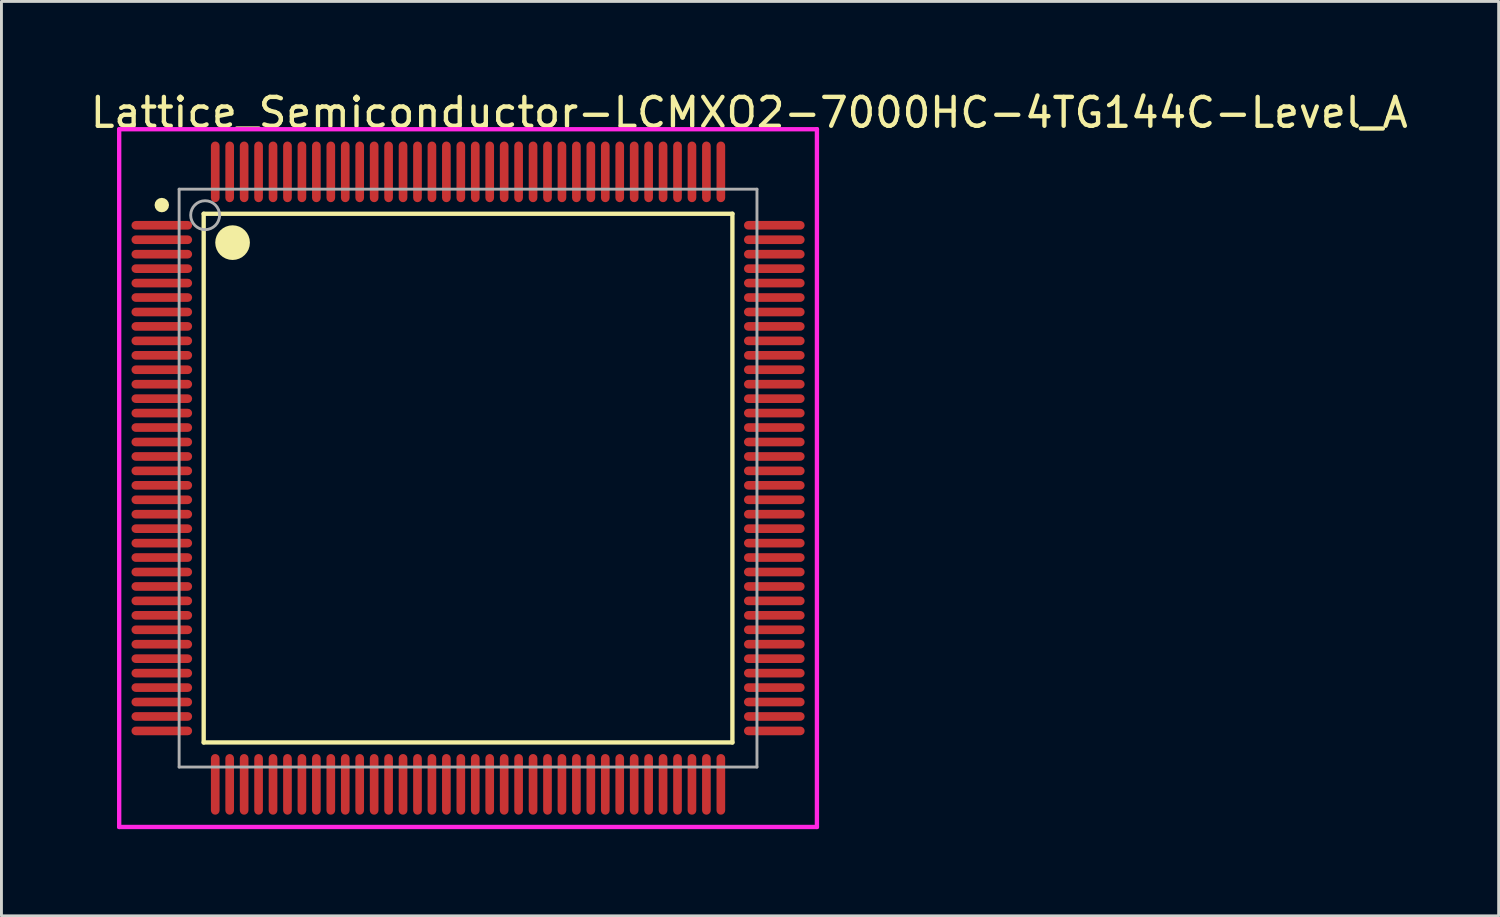
<source format=kicad_pcb>
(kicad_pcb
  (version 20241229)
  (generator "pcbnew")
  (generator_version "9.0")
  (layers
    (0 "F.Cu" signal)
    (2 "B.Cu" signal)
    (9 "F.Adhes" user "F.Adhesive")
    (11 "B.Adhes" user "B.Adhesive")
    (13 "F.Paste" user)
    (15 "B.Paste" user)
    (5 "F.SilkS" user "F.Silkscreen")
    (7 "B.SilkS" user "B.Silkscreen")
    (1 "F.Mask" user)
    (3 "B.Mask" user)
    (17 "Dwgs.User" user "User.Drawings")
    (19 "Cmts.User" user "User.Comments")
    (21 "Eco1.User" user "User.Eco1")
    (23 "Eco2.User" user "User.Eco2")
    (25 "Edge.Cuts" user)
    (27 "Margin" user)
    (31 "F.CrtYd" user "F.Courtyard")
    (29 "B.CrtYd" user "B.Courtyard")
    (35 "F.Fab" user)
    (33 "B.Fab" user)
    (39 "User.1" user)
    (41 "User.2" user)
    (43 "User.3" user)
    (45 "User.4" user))
  (footprint "Lattice_Semiconductor-LCMXO2-7000HC-4TG144C-Level_A"
    (layer "F.Cu")
    (at 13.15 13.498)
    (property "Reference" "Lattice_Semiconductor-LCMXO2-7000HC-4TG144C-Level_A" (at -13.15 -12.65 0) (layer "F.SilkS") (effects (font (size 1 1) (thickness 0.15)) (justify left)))
    (attr through_hole)
    (fp_line (start -9.15 -9.15) (end 9.15 -9.15) (stroke (width 0.15) (type solid)) (layer "F.SilkS"))
    (fp_line (start -9.15 9.15) (end -9.15 -9.15) (stroke (width 0.15) (type solid)) (layer "F.SilkS"))
    (fp_line (start -9.15 9.15) (end 9.15 9.15) (stroke (width 0.15) (type solid)) (layer "F.SilkS"))
    (fp_line (start 9.15 9.15) (end 9.15 -9.15) (stroke (width 0.15) (type solid)) (layer "F.SilkS"))
    (fp_circle (center -10.6 -9.45) (end -10.475 -9.45) (stroke (width 0.25) (type solid)) (fill no) (layer "F.SilkS"))
    (fp_circle (center -8.15 -8.15) (end -7.85 -8.15) (stroke (width 0.6) (type solid)) (fill no) (layer "F.SilkS"))
    (fp_line (start -12.075 -12.075) (end -12.075 12.075) (stroke (width 0.15) (type solid)) (layer "F.CrtYd"))
    (fp_line (start -12.075 12.075) (end 12.075 12.075) (stroke (width 0.15) (type solid)) (layer "F.CrtYd"))
    (fp_line (start 12.075 -12.075) (end -12.075 -12.075) (stroke (width 0.15) (type solid)) (layer "F.CrtYd"))
    (fp_line (start 12.075 -12.075) (end 12.075 -12.075) (stroke (width 0.15) (type solid)) (layer "F.CrtYd"))
    (fp_line (start 12.075 12.075) (end 12.075 -12.075) (stroke (width 0.15) (type solid)) (layer "F.CrtYd"))
    (fp_line (start -10 -10) (end 10 -10) (stroke (width 0.1) (type solid)) (layer "F.Fab"))
    (fp_line (start -10 10) (end -10 -10) (stroke (width 0.1) (type solid)) (layer "F.Fab"))
    (fp_line (start -10 10) (end 10 10) (stroke (width 0.1) (type solid)) (layer "F.Fab"))
    (fp_line (start 10 10) (end 10 -10) (stroke (width 0.1) (type solid)) (layer "F.Fab"))
    (fp_circle (center -9.1 -9.1) (end -8.6 -9.1) (stroke (width 0.1) (type solid)) (fill no) (layer "F.Fab"))
    (pad "1" smd roundrect (at -10.6 -8.75 270) (size 0.3 2.1) (layers "F.Cu" "F.Mask" "F.Paste") (roundrect_rratio 0.5))
    (pad "2" smd roundrect (at -10.6 -8.25 270) (size 0.3 2.1) (layers "F.Cu" "F.Mask" "F.Paste") (roundrect_rratio 0.5))
    (pad "3" smd roundrect (at -10.6 -7.75 270) (size 0.3 2.1) (layers "F.Cu" "F.Mask" "F.Paste") (roundrect_rratio 0.5))
    (pad "4" smd roundrect (at -10.6 -7.25 270) (size 0.3 2.1) (layers "F.Cu" "F.Mask" "F.Paste") (roundrect_rratio 0.5))
    (pad "5" smd roundrect (at -10.6 -6.75 270) (size 0.3 2.1) (layers "F.Cu" "F.Mask" "F.Paste") (roundrect_rratio 0.5))
    (pad "6" smd roundrect (at -10.6 -6.25 270) (size 0.3 2.1) (layers "F.Cu" "F.Mask" "F.Paste") (roundrect_rratio 0.5))
    (pad "7" smd roundrect (at -10.6 -5.75 270) (size 0.3 2.1) (layers "F.Cu" "F.Mask" "F.Paste") (roundrect_rratio 0.5))
    (pad "8" smd roundrect (at -10.6 -5.25 270) (size 0.3 2.1) (layers "F.Cu" "F.Mask" "F.Paste") (roundrect_rratio 0.5))
    (pad "9" smd roundrect (at -10.6 -4.75 270) (size 0.3 2.1) (layers "F.Cu" "F.Mask" "F.Paste") (roundrect_rratio 0.5))
    (pad "10" smd roundrect (at -10.6 -4.25 270) (size 0.3 2.1) (layers "F.Cu" "F.Mask" "F.Paste") (roundrect_rratio 0.5))
    (pad "11" smd roundrect (at -10.6 -3.75 270) (size 0.3 2.1) (layers "F.Cu" "F.Mask" "F.Paste") (roundrect_rratio 0.5))
    (pad "12" smd roundrect (at -10.6 -3.25 270) (size 0.3 2.1) (layers "F.Cu" "F.Mask" "F.Paste") (roundrect_rratio 0.5))
    (pad "13" smd roundrect (at -10.6 -2.75 270) (size 0.3 2.1) (layers "F.Cu" "F.Mask" "F.Paste") (roundrect_rratio 0.5))
    (pad "14" smd roundrect (at -10.6 -2.25 270) (size 0.3 2.1) (layers "F.Cu" "F.Mask" "F.Paste") (roundrect_rratio 0.5))
    (pad "15" smd roundrect (at -10.6 -1.75 270) (size 0.3 2.1) (layers "F.Cu" "F.Mask" "F.Paste") (roundrect_rratio 0.5))
    (pad "16" smd roundrect (at -10.6 -1.25 270) (size 0.3 2.1) (layers "F.Cu" "F.Mask" "F.Paste") (roundrect_rratio 0.5))
    (pad "17" smd roundrect (at -10.6 -0.75 270) (size 0.3 2.1) (layers "F.Cu" "F.Mask" "F.Paste") (roundrect_rratio 0.5))
    (pad "18" smd roundrect (at -10.6 -0.25 270) (size 0.3 2.1) (layers "F.Cu" "F.Mask" "F.Paste") (roundrect_rratio 0.5))
    (pad "19" smd roundrect (at -10.6 0.25 270) (size 0.3 2.1) (layers "F.Cu" "F.Mask" "F.Paste") (roundrect_rratio 0.5))
    (pad "20" smd roundrect (at -10.6 0.75 270) (size 0.3 2.1) (layers "F.Cu" "F.Mask" "F.Paste") (roundrect_rratio 0.5))
    (pad "21" smd roundrect (at -10.6 1.25 270) (size 0.3 2.1) (layers "F.Cu" "F.Mask" "F.Paste") (roundrect_rratio 0.5))
    (pad "22" smd roundrect (at -10.6 1.75 270) (size 0.3 2.1) (layers "F.Cu" "F.Mask" "F.Paste") (roundrect_rratio 0.5))
    (pad "23" smd roundrect (at -10.6 2.25 270) (size 0.3 2.1) (layers "F.Cu" "F.Mask" "F.Paste") (roundrect_rratio 0.5))
    (pad "24" smd roundrect (at -10.6 2.75 270) (size 0.3 2.1) (layers "F.Cu" "F.Mask" "F.Paste") (roundrect_rratio 0.5))
    (pad "25" smd roundrect (at -10.6 3.25 270) (size 0.3 2.1) (layers "F.Cu" "F.Mask" "F.Paste") (roundrect_rratio 0.5))
    (pad "26" smd roundrect (at -10.6 3.75 270) (size 0.3 2.1) (layers "F.Cu" "F.Mask" "F.Paste") (roundrect_rratio 0.5))
    (pad "27" smd roundrect (at -10.6 4.25 270) (size 0.3 2.1) (layers "F.Cu" "F.Mask" "F.Paste") (roundrect_rratio 0.5))
    (pad "28" smd roundrect (at -10.6 4.75 270) (size 0.3 2.1) (layers "F.Cu" "F.Mask" "F.Paste") (roundrect_rratio 0.5))
    (pad "29" smd roundrect (at -10.6 5.25 270) (size 0.3 2.1) (layers "F.Cu" "F.Mask" "F.Paste") (roundrect_rratio 0.5))
    (pad "30" smd roundrect (at -10.6 5.75 270) (size 0.3 2.1) (layers "F.Cu" "F.Mask" "F.Paste") (roundrect_rratio 0.5))
    (pad "31" smd roundrect (at -10.6 6.25 270) (size 0.3 2.1) (layers "F.Cu" "F.Mask" "F.Paste") (roundrect_rratio 0.5))
    (pad "32" smd roundrect (at -10.6 6.75 270) (size 0.3 2.1) (layers "F.Cu" "F.Mask" "F.Paste") (roundrect_rratio 0.5))
    (pad "33" smd roundrect (at -10.6 7.25 270) (size 0.3 2.1) (layers "F.Cu" "F.Mask" "F.Paste") (roundrect_rratio 0.5))
    (pad "34" smd roundrect (at -10.6 7.75 270) (size 0.3 2.1) (layers "F.Cu" "F.Mask" "F.Paste") (roundrect_rratio 0.5))
    (pad "35" smd roundrect (at -10.6 8.25 270) (size 0.3 2.1) (layers "F.Cu" "F.Mask" "F.Paste") (roundrect_rratio 0.5))
    (pad "36" smd roundrect (at -10.6 8.75 270) (size 0.3 2.1) (layers "F.Cu" "F.Mask" "F.Paste") (roundrect_rratio 0.5))
    (pad "37" smd roundrect (at -8.75 10.6) (size 0.3 2.1) (layers "F.Cu" "F.Mask" "F.Paste") (roundrect_rratio 0.5))
    (pad "38" smd roundrect (at -8.25 10.6) (size 0.3 2.1) (layers "F.Cu" "F.Mask" "F.Paste") (roundrect_rratio 0.5))
    (pad "39" smd roundrect (at -7.75 10.6) (size 0.3 2.1) (layers "F.Cu" "F.Mask" "F.Paste") (roundrect_rratio 0.5))
    (pad "40" smd roundrect (at -7.25 10.6) (size 0.3 2.1) (layers "F.Cu" "F.Mask" "F.Paste") (roundrect_rratio 0.5))
    (pad "41" smd roundrect (at -6.75 10.6) (size 0.3 2.1) (layers "F.Cu" "F.Mask" "F.Paste") (roundrect_rratio 0.5))
    (pad "42" smd roundrect (at -6.25 10.6) (size 0.3 2.1) (layers "F.Cu" "F.Mask" "F.Paste") (roundrect_rratio 0.5))
    (pad "43" smd roundrect (at -5.75 10.6) (size 0.3 2.1) (layers "F.Cu" "F.Mask" "F.Paste") (roundrect_rratio 0.5))
    (pad "44" smd roundrect (at -5.25 10.6) (size 0.3 2.1) (layers "F.Cu" "F.Mask" "F.Paste") (roundrect_rratio 0.5))
    (pad "45" smd roundrect (at -4.75 10.6) (size 0.3 2.1) (layers "F.Cu" "F.Mask" "F.Paste") (roundrect_rratio 0.5))
    (pad "46" smd roundrect (at -4.25 10.6) (size 0.3 2.1) (layers "F.Cu" "F.Mask" "F.Paste") (roundrect_rratio 0.5))
    (pad "47" smd roundrect (at -3.75 10.6) (size 0.3 2.1) (layers "F.Cu" "F.Mask" "F.Paste") (roundrect_rratio 0.5))
    (pad "48" smd roundrect (at -3.25 10.6) (size 0.3 2.1) (layers "F.Cu" "F.Mask" "F.Paste") (roundrect_rratio 0.5))
    (pad "49" smd roundrect (at -2.75 10.6) (size 0.3 2.1) (layers "F.Cu" "F.Mask" "F.Paste") (roundrect_rratio 0.5))
    (pad "50" smd roundrect (at -2.25 10.6) (size 0.3 2.1) (layers "F.Cu" "F.Mask" "F.Paste") (roundrect_rratio 0.5))
    (pad "51" smd roundrect (at -1.75 10.6) (size 0.3 2.1) (layers "F.Cu" "F.Mask" "F.Paste") (roundrect_rratio 0.5))
    (pad "52" smd roundrect (at -1.25 10.6) (size 0.3 2.1) (layers "F.Cu" "F.Mask" "F.Paste") (roundrect_rratio 0.5))
    (pad "53" smd roundrect (at -0.75 10.6) (size 0.3 2.1) (layers "F.Cu" "F.Mask" "F.Paste") (roundrect_rratio 0.5))
    (pad "54" smd roundrect (at -0.25 10.6) (size 0.3 2.1) (layers "F.Cu" "F.Mask" "F.Paste") (roundrect_rratio 0.5))
    (pad "55" smd roundrect (at 0.25 10.6) (size 0.3 2.1) (layers "F.Cu" "F.Mask" "F.Paste") (roundrect_rratio 0.5))
    (pad "56" smd roundrect (at 0.75 10.6) (size 0.3 2.1) (layers "F.Cu" "F.Mask" "F.Paste") (roundrect_rratio 0.5))
    (pad "57" smd roundrect (at 1.25 10.6) (size 0.3 2.1) (layers "F.Cu" "F.Mask" "F.Paste") (roundrect_rratio 0.5))
    (pad "58" smd roundrect (at 1.75 10.6) (size 0.3 2.1) (layers "F.Cu" "F.Mask" "F.Paste") (roundrect_rratio 0.5))
    (pad "59" smd roundrect (at 2.25 10.6) (size 0.3 2.1) (layers "F.Cu" "F.Mask" "F.Paste") (roundrect_rratio 0.5))
    (pad "60" smd roundrect (at 2.75 10.6) (size 0.3 2.1) (layers "F.Cu" "F.Mask" "F.Paste") (roundrect_rratio 0.5))
    (pad "61" smd roundrect (at 3.25 10.6) (size 0.3 2.1) (layers "F.Cu" "F.Mask" "F.Paste") (roundrect_rratio 0.5))
    (pad "62" smd roundrect (at 3.75 10.6) (size 0.3 2.1) (layers "F.Cu" "F.Mask" "F.Paste") (roundrect_rratio 0.5))
    (pad "63" smd roundrect (at 4.25 10.6) (size 0.3 2.1) (layers "F.Cu" "F.Mask" "F.Paste") (roundrect_rratio 0.5))
    (pad "64" smd roundrect (at 4.75 10.6) (size 0.3 2.1) (layers "F.Cu" "F.Mask" "F.Paste") (roundrect_rratio 0.5))
    (pad "65" smd roundrect (at 5.25 10.6) (size 0.3 2.1) (layers "F.Cu" "F.Mask" "F.Paste") (roundrect_rratio 0.5))
    (pad "66" smd roundrect (at 5.75 10.6) (size 0.3 2.1) (layers "F.Cu" "F.Mask" "F.Paste") (roundrect_rratio 0.5))
    (pad "67" smd roundrect (at 6.25 10.6) (size 0.3 2.1) (layers "F.Cu" "F.Mask" "F.Paste") (roundrect_rratio 0.5))
    (pad "68" smd roundrect (at 6.75 10.6) (size 0.3 2.1) (layers "F.Cu" "F.Mask" "F.Paste") (roundrect_rratio 0.5))
    (pad "69" smd roundrect (at 7.25 10.6) (size 0.3 2.1) (layers "F.Cu" "F.Mask" "F.Paste") (roundrect_rratio 0.5))
    (pad "70" smd roundrect (at 7.75 10.6) (size 0.3 2.1) (layers "F.Cu" "F.Mask" "F.Paste") (roundrect_rratio 0.5))
    (pad "71" smd roundrect (at 8.25 10.6) (size 0.3 2.1) (layers "F.Cu" "F.Mask" "F.Paste") (roundrect_rratio 0.5))
    (pad "72" smd roundrect (at 8.75 10.6) (size 0.3 2.1) (layers "F.Cu" "F.Mask" "F.Paste") (roundrect_rratio 0.5))
    (pad "73" smd roundrect (at 10.6 8.75 270) (size 0.3 2.1) (layers "F.Cu" "F.Mask" "F.Paste") (roundrect_rratio 0.5))
    (pad "74" smd roundrect (at 10.6 8.25 270) (size 0.3 2.1) (layers "F.Cu" "F.Mask" "F.Paste") (roundrect_rratio 0.5))
    (pad "75" smd roundrect (at 10.6 7.75 270) (size 0.3 2.1) (layers "F.Cu" "F.Mask" "F.Paste") (roundrect_rratio 0.5))
    (pad "76" smd roundrect (at 10.6 7.25 270) (size 0.3 2.1) (layers "F.Cu" "F.Mask" "F.Paste") (roundrect_rratio 0.5))
    (pad "77" smd roundrect (at 10.6 6.75 270) (size 0.3 2.1) (layers "F.Cu" "F.Mask" "F.Paste") (roundrect_rratio 0.5))
    (pad "78" smd roundrect (at 10.6 6.25 270) (size 0.3 2.1) (layers "F.Cu" "F.Mask" "F.Paste") (roundrect_rratio 0.5))
    (pad "79" smd roundrect (at 10.6 5.75 270) (size 0.3 2.1) (layers "F.Cu" "F.Mask" "F.Paste") (roundrect_rratio 0.5))
    (pad "80" smd roundrect (at 10.6 5.25 270) (size 0.3 2.1) (layers "F.Cu" "F.Mask" "F.Paste") (roundrect_rratio 0.5))
    (pad "81" smd roundrect (at 10.6 4.75 270) (size 0.3 2.1) (layers "F.Cu" "F.Mask" "F.Paste") (roundrect_rratio 0.5))
    (pad "82" smd roundrect (at 10.6 4.25 270) (size 0.3 2.1) (layers "F.Cu" "F.Mask" "F.Paste") (roundrect_rratio 0.5))
    (pad "83" smd roundrect (at 10.6 3.75 270) (size 0.3 2.1) (layers "F.Cu" "F.Mask" "F.Paste") (roundrect_rratio 0.5))
    (pad "84" smd roundrect (at 10.6 3.25 270) (size 0.3 2.1) (layers "F.Cu" "F.Mask" "F.Paste") (roundrect_rratio 0.5))
    (pad "85" smd roundrect (at 10.6 2.75 270) (size 0.3 2.1) (layers "F.Cu" "F.Mask" "F.Paste") (roundrect_rratio 0.5))
    (pad "86" smd roundrect (at 10.6 2.25 270) (size 0.3 2.1) (layers "F.Cu" "F.Mask" "F.Paste") (roundrect_rratio 0.5))
    (pad "87" smd roundrect (at 10.6 1.75 270) (size 0.3 2.1) (layers "F.Cu" "F.Mask" "F.Paste") (roundrect_rratio 0.5))
    (pad "88" smd roundrect (at 10.6 1.25 270) (size 0.3 2.1) (layers "F.Cu" "F.Mask" "F.Paste") (roundrect_rratio 0.5))
    (pad "89" smd roundrect (at 10.6 0.75 270) (size 0.3 2.1) (layers "F.Cu" "F.Mask" "F.Paste") (roundrect_rratio 0.5))
    (pad "90" smd roundrect (at 10.6 0.25 270) (size 0.3 2.1) (layers "F.Cu" "F.Mask" "F.Paste") (roundrect_rratio 0.5))
    (pad "91" smd roundrect (at 10.6 -0.25 270) (size 0.3 2.1) (layers "F.Cu" "F.Mask" "F.Paste") (roundrect_rratio 0.5))
    (pad "92" smd roundrect (at 10.6 -0.75 270) (size 0.3 2.1) (layers "F.Cu" "F.Mask" "F.Paste") (roundrect_rratio 0.5))
    (pad "93" smd roundrect (at 10.6 -1.25 270) (size 0.3 2.1) (layers "F.Cu" "F.Mask" "F.Paste") (roundrect_rratio 0.5))
    (pad "94" smd roundrect (at 10.6 -1.75 270) (size 0.3 2.1) (layers "F.Cu" "F.Mask" "F.Paste") (roundrect_rratio 0.5))
    (pad "95" smd roundrect (at 10.6 -2.25 270) (size 0.3 2.1) (layers "F.Cu" "F.Mask" "F.Paste") (roundrect_rratio 0.5))
    (pad "96" smd roundrect (at 10.6 -2.75 270) (size 0.3 2.1) (layers "F.Cu" "F.Mask" "F.Paste") (roundrect_rratio 0.5))
    (pad "97" smd roundrect (at 10.6 -3.25 270) (size 0.3 2.1) (layers "F.Cu" "F.Mask" "F.Paste") (roundrect_rratio 0.5))
    (pad "98" smd roundrect (at 10.6 -3.75 270) (size 0.3 2.1) (layers "F.Cu" "F.Mask" "F.Paste") (roundrect_rratio 0.5))
    (pad "99" smd roundrect (at 10.6 -4.25 270) (size 0.3 2.1) (layers "F.Cu" "F.Mask" "F.Paste") (roundrect_rratio 0.5))
    (pad "100" smd roundrect (at 10.6 -4.75 270) (size 0.3 2.1) (layers "F.Cu" "F.Mask" "F.Paste") (roundrect_rratio 0.5))
    (pad "101" smd roundrect (at 10.6 -5.25 270) (size 0.3 2.1) (layers "F.Cu" "F.Mask" "F.Paste") (roundrect_rratio 0.5))
    (pad "102" smd roundrect (at 10.6 -5.75 270) (size 0.3 2.1) (layers "F.Cu" "F.Mask" "F.Paste") (roundrect_rratio 0.5))
    (pad "103" smd roundrect (at 10.6 -6.25 270) (size 0.3 2.1) (layers "F.Cu" "F.Mask" "F.Paste") (roundrect_rratio 0.5))
    (pad "104" smd roundrect (at 10.6 -6.75 270) (size 0.3 2.1) (layers "F.Cu" "F.Mask" "F.Paste") (roundrect_rratio 0.5))
    (pad "105" smd roundrect (at 10.6 -7.25 270) (size 0.3 2.1) (layers "F.Cu" "F.Mask" "F.Paste") (roundrect_rratio 0.5))
    (pad "106" smd roundrect (at 10.6 -7.75 270) (size 0.3 2.1) (layers "F.Cu" "F.Mask" "F.Paste") (roundrect_rratio 0.5))
    (pad "107" smd roundrect (at 10.6 -8.25 270) (size 0.3 2.1) (layers "F.Cu" "F.Mask" "F.Paste") (roundrect_rratio 0.5))
    (pad "108" smd roundrect (at 10.6 -8.75 270) (size 0.3 2.1) (layers "F.Cu" "F.Mask" "F.Paste") (roundrect_rratio 0.5))
    (pad "109" smd roundrect (at 8.75 -10.6) (size 0.3 2.1) (layers "F.Cu" "F.Mask" "F.Paste") (roundrect_rratio 0.5))
    (pad "110" smd roundrect (at 8.25 -10.6) (size 0.3 2.1) (layers "F.Cu" "F.Mask" "F.Paste") (roundrect_rratio 0.5))
    (pad "111" smd roundrect (at 7.75 -10.6) (size 0.3 2.1) (layers "F.Cu" "F.Mask" "F.Paste") (roundrect_rratio 0.5))
    (pad "112" smd roundrect (at 7.25 -10.6) (size 0.3 2.1) (layers "F.Cu" "F.Mask" "F.Paste") (roundrect_rratio 0.5))
    (pad "113" smd roundrect (at 6.75 -10.6) (size 0.3 2.1) (layers "F.Cu" "F.Mask" "F.Paste") (roundrect_rratio 0.5))
    (pad "114" smd roundrect (at 6.25 -10.6) (size 0.3 2.1) (layers "F.Cu" "F.Mask" "F.Paste") (roundrect_rratio 0.5))
    (pad "115" smd roundrect (at 5.75 -10.6) (size 0.3 2.1) (layers "F.Cu" "F.Mask" "F.Paste") (roundrect_rratio 0.5))
    (pad "116" smd roundrect (at 5.25 -10.6) (size 0.3 2.1) (layers "F.Cu" "F.Mask" "F.Paste") (roundrect_rratio 0.5))
    (pad "117" smd roundrect (at 4.75 -10.6) (size 0.3 2.1) (layers "F.Cu" "F.Mask" "F.Paste") (roundrect_rratio 0.5))
    (pad "118" smd roundrect (at 4.25 -10.6) (size 0.3 2.1) (layers "F.Cu" "F.Mask" "F.Paste") (roundrect_rratio 0.5))
    (pad "119" smd roundrect (at 3.75 -10.6) (size 0.3 2.1) (layers "F.Cu" "F.Mask" "F.Paste") (roundrect_rratio 0.5))
    (pad "120" smd roundrect (at 3.25 -10.6) (size 0.3 2.1) (layers "F.Cu" "F.Mask" "F.Paste") (roundrect_rratio 0.5))
    (pad "121" smd roundrect (at 2.75 -10.6) (size 0.3 2.1) (layers "F.Cu" "F.Mask" "F.Paste") (roundrect_rratio 0.5))
    (pad "122" smd roundrect (at 2.25 -10.6) (size 0.3 2.1) (layers "F.Cu" "F.Mask" "F.Paste") (roundrect_rratio 0.5))
    (pad "123" smd roundrect (at 1.75 -10.6) (size 0.3 2.1) (layers "F.Cu" "F.Mask" "F.Paste") (roundrect_rratio 0.5))
    (pad "124" smd roundrect (at 1.25 -10.6) (size 0.3 2.1) (layers "F.Cu" "F.Mask" "F.Paste") (roundrect_rratio 0.5))
    (pad "125" smd roundrect (at 0.75 -10.6) (size 0.3 2.1) (layers "F.Cu" "F.Mask" "F.Paste") (roundrect_rratio 0.5))
    (pad "126" smd roundrect (at 0.25 -10.6) (size 0.3 2.1) (layers "F.Cu" "F.Mask" "F.Paste") (roundrect_rratio 0.5))
    (pad "127" smd roundrect (at -0.25 -10.6) (size 0.3 2.1) (layers "F.Cu" "F.Mask" "F.Paste") (roundrect_rratio 0.5))
    (pad "128" smd roundrect (at -0.75 -10.6) (size 0.3 2.1) (layers "F.Cu" "F.Mask" "F.Paste") (roundrect_rratio 0.5))
    (pad "129" smd roundrect (at -1.25 -10.6) (size 0.3 2.1) (layers "F.Cu" "F.Mask" "F.Paste") (roundrect_rratio 0.5))
    (pad "130" smd roundrect (at -1.75 -10.6) (size 0.3 2.1) (layers "F.Cu" "F.Mask" "F.Paste") (roundrect_rratio 0.5))
    (pad "131" smd roundrect (at -2.25 -10.6) (size 0.3 2.1) (layers "F.Cu" "F.Mask" "F.Paste") (roundrect_rratio 0.5))
    (pad "132" smd roundrect (at -2.75 -10.6) (size 0.3 2.1) (layers "F.Cu" "F.Mask" "F.Paste") (roundrect_rratio 0.5))
    (pad "133" smd roundrect (at -3.25 -10.6) (size 0.3 2.1) (layers "F.Cu" "F.Mask" "F.Paste") (roundrect_rratio 0.5))
    (pad "134" smd roundrect (at -3.75 -10.6) (size 0.3 2.1) (layers "F.Cu" "F.Mask" "F.Paste") (roundrect_rratio 0.5))
    (pad "135" smd roundrect (at -4.25 -10.6) (size 0.3 2.1) (layers "F.Cu" "F.Mask" "F.Paste") (roundrect_rratio 0.5))
    (pad "136" smd roundrect (at -4.75 -10.6) (size 0.3 2.1) (layers "F.Cu" "F.Mask" "F.Paste") (roundrect_rratio 0.5))
    (pad "137" smd roundrect (at -5.25 -10.6) (size 0.3 2.1) (layers "F.Cu" "F.Mask" "F.Paste") (roundrect_rratio 0.5))
    (pad "138" smd roundrect (at -5.75 -10.6) (size 0.3 2.1) (layers "F.Cu" "F.Mask" "F.Paste") (roundrect_rratio 0.5))
    (pad "139" smd roundrect (at -6.25 -10.6) (size 0.3 2.1) (layers "F.Cu" "F.Mask" "F.Paste") (roundrect_rratio 0.5))
    (pad "140" smd roundrect (at -6.75 -10.6) (size 0.3 2.1) (layers "F.Cu" "F.Mask" "F.Paste") (roundrect_rratio 0.5))
    (pad "141" smd roundrect (at -7.25 -10.6) (size 0.3 2.1) (layers "F.Cu" "F.Mask" "F.Paste") (roundrect_rratio 0.5))
    (pad "142" smd roundrect (at -7.75 -10.6) (size 0.3 2.1) (layers "F.Cu" "F.Mask" "F.Paste") (roundrect_rratio 0.5))
    (pad "143" smd roundrect (at -8.25 -10.6) (size 0.3 2.1) (layers "F.Cu" "F.Mask" "F.Paste") (roundrect_rratio 0.5))
    (pad "144" smd roundrect (at -8.75 -10.6) (size 0.3 2.1) (layers "F.Cu" "F.Mask" "F.Paste") (roundrect_rratio 0.5)))
  (gr_rect
    (start -3 -3)
    (end 48.821 28.648)
    (stroke (width 0.1) (type default))
    (fill no)
    (layer "Edge.Cuts")))
</source>
